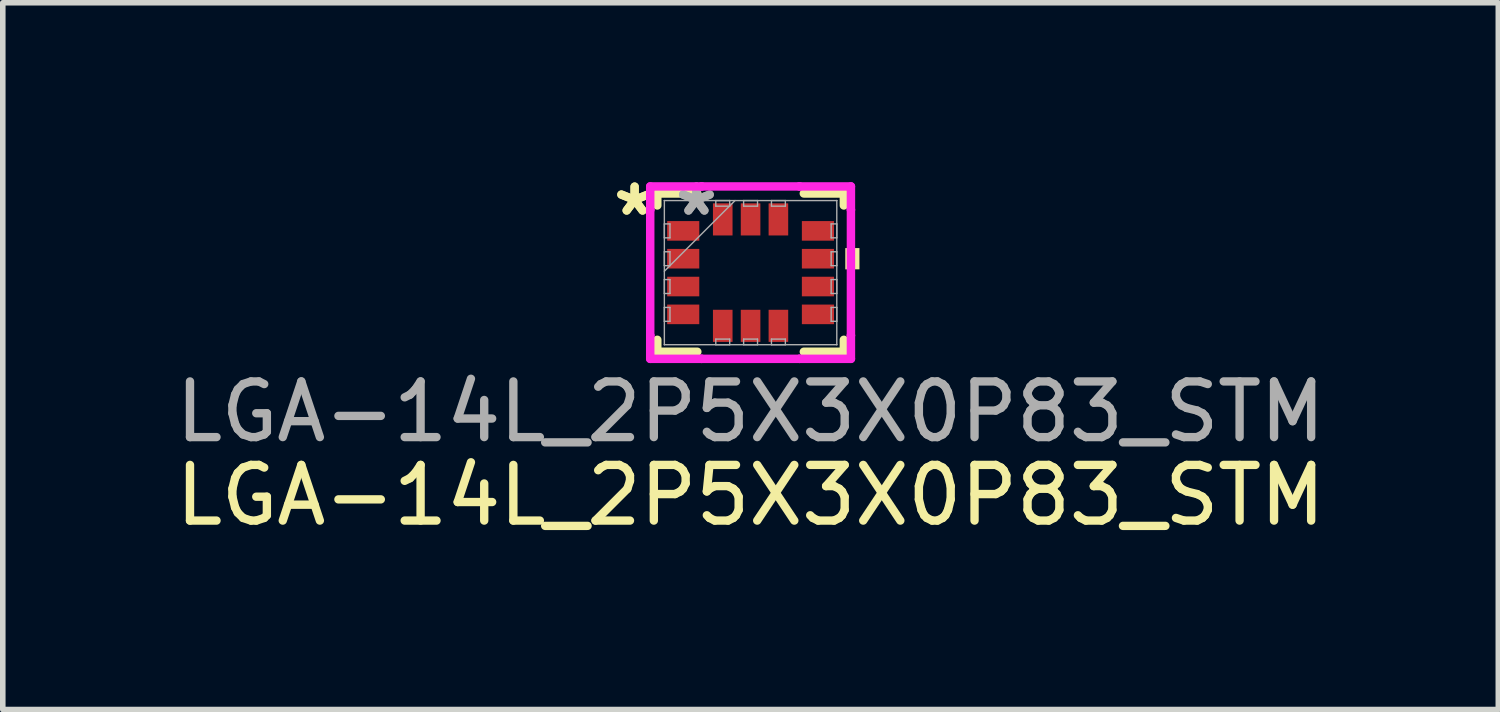
<source format=kicad_pcb>
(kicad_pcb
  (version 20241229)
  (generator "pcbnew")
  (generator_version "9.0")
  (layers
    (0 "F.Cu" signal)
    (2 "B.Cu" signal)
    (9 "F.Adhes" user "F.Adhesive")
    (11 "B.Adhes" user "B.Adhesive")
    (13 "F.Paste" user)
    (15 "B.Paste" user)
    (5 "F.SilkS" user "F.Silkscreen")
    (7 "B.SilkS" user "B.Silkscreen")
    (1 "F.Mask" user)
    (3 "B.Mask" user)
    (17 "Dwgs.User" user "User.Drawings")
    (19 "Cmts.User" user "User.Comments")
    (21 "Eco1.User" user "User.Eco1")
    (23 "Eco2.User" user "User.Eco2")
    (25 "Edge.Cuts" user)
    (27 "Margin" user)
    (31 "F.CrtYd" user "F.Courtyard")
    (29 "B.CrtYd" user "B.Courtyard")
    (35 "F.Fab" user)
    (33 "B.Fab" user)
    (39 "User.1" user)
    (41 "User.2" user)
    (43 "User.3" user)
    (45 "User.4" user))
  (footprint "LGA-14L_2P5X3X0P83_STM"
    (layer "F.Cu")
    (at 10.435 1.848)
    (property "Reference" "LGA-14L_2P5X3X0P83_STM" (at 0 4 0) (unlocked yes) (layer "F.SilkS") (effects (font (size 1 1) (thickness 0.15))))
    (attr smd)
    (fp_line (start -1.676 -1.422) (end -1.676 -1.207) (stroke (width 0.152) (type solid)) (layer "F.SilkS"))
    (fp_line (start -1.676 1.207) (end -1.676 1.422) (stroke (width 0.152) (type solid)) (layer "F.SilkS"))
    (fp_line (start -1.676 1.422) (end -0.957 1.422) (stroke (width 0.152) (type solid)) (layer "F.SilkS"))
    (fp_line (start -0.957 -1.422) (end -1.676 -1.422) (stroke (width 0.152) (type solid)) (layer "F.SilkS"))
    (fp_line (start 0.957 1.422) (end 1.676 1.422) (stroke (width 0.152) (type solid)) (layer "F.SilkS"))
    (fp_line (start 1.676 -1.422) (end 0.957 -1.422) (stroke (width 0.152) (type solid)) (layer "F.SilkS"))
    (fp_line (start 1.676 -1.207) (end 1.676 -1.422) (stroke (width 0.152) (type solid)) (layer "F.SilkS"))
    (fp_line (start 1.676 1.422) (end 1.676 1.207) (stroke (width 0.152) (type solid)) (layer "F.SilkS"))
    (fp_poly (pts (xy 1.956 -0.441) (xy 1.956 -0.059) (xy 1.702 -0.059) (xy 1.702 -0.441)) (stroke (width 0) (type solid)) (fill yes) (layer "F.SilkS"))
    (fp_line (start -1.803 -1.549) (end -0.879 -1.549) (stroke (width 0.152) (type solid)) (layer "F.CrtYd"))
    (fp_line (start -1.803 -1.129) (end -1.803 -1.549) (stroke (width 0.152) (type solid)) (layer "F.CrtYd"))
    (fp_line (start -1.803 -1.129) (end -1.803 -1.129) (stroke (width 0.152) (type solid)) (layer "F.CrtYd"))
    (fp_line (start -1.803 1.129) (end -1.803 -1.129) (stroke (width 0.152) (type solid)) (layer "F.CrtYd"))
    (fp_line (start -1.803 1.129) (end -1.803 1.129) (stroke (width 0.152) (type solid)) (layer "F.CrtYd"))
    (fp_line (start -1.803 1.549) (end -1.803 1.129) (stroke (width 0.152) (type solid)) (layer "F.CrtYd"))
    (fp_line (start -0.879 -1.549) (end -0.879 -1.549) (stroke (width 0.152) (type solid)) (layer "F.CrtYd"))
    (fp_line (start -0.879 -1.549) (end 0.879 -1.549) (stroke (width 0.152) (type solid)) (layer "F.CrtYd"))
    (fp_line (start -0.879 1.549) (end -1.803 1.549) (stroke (width 0.152) (type solid)) (layer "F.CrtYd"))
    (fp_line (start -0.879 1.549) (end -0.879 1.549) (stroke (width 0.152) (type solid)) (layer "F.CrtYd"))
    (fp_line (start 0.879 -1.549) (end 0.879 -1.549) (stroke (width 0.152) (type solid)) (layer "F.CrtYd"))
    (fp_line (start 0.879 -1.549) (end 1.803 -1.549) (stroke (width 0.152) (type solid)) (layer "F.CrtYd"))
    (fp_line (start 0.879 1.549) (end -0.879 1.549) (stroke (width 0.152) (type solid)) (layer "F.CrtYd"))
    (fp_line (start 0.879 1.549) (end 0.879 1.549) (stroke (width 0.152) (type solid)) (layer "F.CrtYd"))
    (fp_line (start 1.803 -1.549) (end 1.803 -1.129) (stroke (width 0.152) (type solid)) (layer "F.CrtYd"))
    (fp_line (start 1.803 -1.129) (end 1.803 -1.129) (stroke (width 0.152) (type solid)) (layer "F.CrtYd"))
    (fp_line (start 1.803 -1.129) (end 1.803 1.129) (stroke (width 0.152) (type solid)) (layer "F.CrtYd"))
    (fp_line (start 1.803 1.129) (end 1.803 1.129) (stroke (width 0.152) (type solid)) (layer "F.CrtYd"))
    (fp_line (start 1.803 1.129) (end 1.803 1.549) (stroke (width 0.152) (type solid)) (layer "F.CrtYd"))
    (fp_line (start 1.803 1.549) (end 0.879 1.549) (stroke (width 0.152) (type solid)) (layer "F.CrtYd"))
    (fp_line (start -1.549 -1.295) (end -1.549 -1.295) (stroke (width 0.025) (type solid)) (layer "F.Fab"))
    (fp_line (start -1.549 -1.295) (end -1.549 1.295) (stroke (width 0.025) (type solid)) (layer "F.Fab"))
    (fp_line (start -1.549 -0.875) (end -1.448 -0.875) (stroke (width 0.025) (type solid)) (layer "F.Fab"))
    (fp_line (start -1.549 -0.625) (end -1.549 -0.875) (stroke (width 0.025) (type solid)) (layer "F.Fab"))
    (fp_line (start -1.549 -0.375) (end -1.448 -0.375) (stroke (width 0.025) (type solid)) (layer "F.Fab"))
    (fp_line (start -1.549 -0.125) (end -1.549 -0.375) (stroke (width 0.025) (type solid)) (layer "F.Fab"))
    (fp_line (start -1.549 -0.025) (end -0.279 -1.295) (stroke (width 0.025) (type solid)) (layer "F.Fab"))
    (fp_line (start -1.549 0.125) (end -1.448 0.125) (stroke (width 0.025) (type solid)) (layer "F.Fab"))
    (fp_line (start -1.549 0.375) (end -1.549 0.125) (stroke (width 0.025) (type solid)) (layer "F.Fab"))
    (fp_line (start -1.549 0.625) (end -1.448 0.625) (stroke (width 0.025) (type solid)) (layer "F.Fab"))
    (fp_line (start -1.549 0.875) (end -1.549 0.625) (stroke (width 0.025) (type solid)) (layer "F.Fab"))
    (fp_line (start -1.549 1.295) (end -1.549 1.295) (stroke (width 0.025) (type solid)) (layer "F.Fab"))
    (fp_line (start -1.549 1.295) (end 1.549 1.295) (stroke (width 0.025) (type solid)) (layer "F.Fab"))
    (fp_line (start -1.448 -0.875) (end -1.448 -0.625) (stroke (width 0.025) (type solid)) (layer "F.Fab"))
    (fp_line (start -1.448 -0.625) (end -1.549 -0.625) (stroke (width 0.025) (type solid)) (layer "F.Fab"))
    (fp_line (start -1.448 -0.375) (end -1.448 -0.125) (stroke (width 0.025) (type solid)) (layer "F.Fab"))
    (fp_line (start -1.448 -0.125) (end -1.549 -0.125) (stroke (width 0.025) (type solid)) (layer "F.Fab"))
    (fp_line (start -1.448 0.125) (end -1.448 0.375) (stroke (width 0.025) (type solid)) (layer "F.Fab"))
    (fp_line (start -1.448 0.375) (end -1.549 0.375) (stroke (width 0.025) (type solid)) (layer "F.Fab"))
    (fp_line (start -1.448 0.625) (end -1.448 0.875) (stroke (width 0.025) (type solid)) (layer "F.Fab"))
    (fp_line (start -1.448 0.875) (end -1.549 0.875) (stroke (width 0.025) (type solid)) (layer "F.Fab"))
    (fp_line (start -0.625 -1.295) (end -0.375 -1.295) (stroke (width 0.025) (type solid)) (layer "F.Fab"))
    (fp_line (start -0.625 -1.194) (end -0.625 -1.295) (stroke (width 0.025) (type solid)) (layer "F.Fab"))
    (fp_line (start -0.625 1.194) (end -0.375 1.194) (stroke (width 0.025) (type solid)) (layer "F.Fab"))
    (fp_line (start -0.625 1.295) (end -0.625 1.194) (stroke (width 0.025) (type solid)) (layer "F.Fab"))
    (fp_line (start -0.375 -1.295) (end -0.375 -1.194) (stroke (width 0.025) (type solid)) (layer "F.Fab"))
    (fp_line (start -0.375 -1.194) (end -0.625 -1.194) (stroke (width 0.025) (type solid)) (layer "F.Fab"))
    (fp_line (start -0.375 1.194) (end -0.375 1.295) (stroke (width 0.025) (type solid)) (layer "F.Fab"))
    (fp_line (start -0.375 1.295) (end -0.625 1.295) (stroke (width 0.025) (type solid)) (layer "F.Fab"))
    (fp_line (start -0.125 -1.295) (end 0.125 -1.295) (stroke (width 0.025) (type solid)) (layer "F.Fab"))
    (fp_line (start -0.125 -1.194) (end -0.125 -1.295) (stroke (width 0.025) (type solid)) (layer "F.Fab"))
    (fp_line (start -0.125 1.194) (end 0.125 1.194) (stroke (width 0.025) (type solid)) (layer "F.Fab"))
    (fp_line (start -0.125 1.295) (end -0.125 1.194) (stroke (width 0.025) (type solid)) (layer "F.Fab"))
    (fp_line (start 0.125 -1.295) (end 0.125 -1.194) (stroke (width 0.025) (type solid)) (layer "F.Fab"))
    (fp_line (start 0.125 -1.194) (end -0.125 -1.194) (stroke (width 0.025) (type solid)) (layer "F.Fab"))
    (fp_line (start 0.125 1.194) (end 0.125 1.295) (stroke (width 0.025) (type solid)) (layer "F.Fab"))
    (fp_line (start 0.125 1.295) (end -0.125 1.295) (stroke (width 0.025) (type solid)) (layer "F.Fab"))
    (fp_line (start 0.375 -1.295) (end 0.625 -1.295) (stroke (width 0.025) (type solid)) (layer "F.Fab"))
    (fp_line (start 0.375 -1.194) (end 0.375 -1.295) (stroke (width 0.025) (type solid)) (layer "F.Fab"))
    (fp_line (start 0.375 1.194) (end 0.625 1.194) (stroke (width 0.025) (type solid)) (layer "F.Fab"))
    (fp_line (start 0.375 1.295) (end 0.375 1.194) (stroke (width 0.025) (type solid)) (layer "F.Fab"))
    (fp_line (start 0.625 -1.295) (end 0.625 -1.194) (stroke (width 0.025) (type solid)) (layer "F.Fab"))
    (fp_line (start 0.625 -1.194) (end 0.375 -1.194) (stroke (width 0.025) (type solid)) (layer "F.Fab"))
    (fp_line (start 0.625 1.194) (end 0.625 1.295) (stroke (width 0.025) (type solid)) (layer "F.Fab"))
    (fp_line (start 0.625 1.295) (end 0.375 1.295) (stroke (width 0.025) (type solid)) (layer "F.Fab"))
    (fp_line (start 1.448 -0.875) (end 1.549 -0.875) (stroke (width 0.025) (type solid)) (layer "F.Fab"))
    (fp_line (start 1.448 -0.625) (end 1.448 -0.875) (stroke (width 0.025) (type solid)) (layer "F.Fab"))
    (fp_line (start 1.448 -0.375) (end 1.549 -0.375) (stroke (width 0.025) (type solid)) (layer "F.Fab"))
    (fp_line (start 1.448 -0.125) (end 1.448 -0.375) (stroke (width 0.025) (type solid)) (layer "F.Fab"))
    (fp_line (start 1.448 0.125) (end 1.549 0.125) (stroke (width 0.025) (type solid)) (layer "F.Fab"))
    (fp_line (start 1.448 0.375) (end 1.448 0.125) (stroke (width 0.025) (type solid)) (layer "F.Fab"))
    (fp_line (start 1.448 0.625) (end 1.549 0.625) (stroke (width 0.025) (type solid)) (layer "F.Fab"))
    (fp_line (start 1.448 0.875) (end 1.448 0.625) (stroke (width 0.025) (type solid)) (layer "F.Fab"))
    (fp_line (start 1.549 -1.295) (end -1.549 -1.295) (stroke (width 0.025) (type solid)) (layer "F.Fab"))
    (fp_line (start 1.549 -1.295) (end 1.549 -1.295) (stroke (width 0.025) (type solid)) (layer "F.Fab"))
    (fp_line (start 1.549 -0.875) (end 1.549 -0.625) (stroke (width 0.025) (type solid)) (layer "F.Fab"))
    (fp_line (start 1.549 -0.625) (end 1.448 -0.625) (stroke (width 0.025) (type solid)) (layer "F.Fab"))
    (fp_line (start 1.549 -0.375) (end 1.549 -0.125) (stroke (width 0.025) (type solid)) (layer "F.Fab"))
    (fp_line (start 1.549 -0.125) (end 1.448 -0.125) (stroke (width 0.025) (type solid)) (layer "F.Fab"))
    (fp_line (start 1.549 0.125) (end 1.549 0.375) (stroke (width 0.025) (type solid)) (layer "F.Fab"))
    (fp_line (start 1.549 0.375) (end 1.448 0.375) (stroke (width 0.025) (type solid)) (layer "F.Fab"))
    (fp_line (start 1.549 0.625) (end 1.549 0.875) (stroke (width 0.025) (type solid)) (layer "F.Fab"))
    (fp_line (start 1.549 0.875) (end 1.448 0.875) (stroke (width 0.025) (type solid)) (layer "F.Fab"))
    (fp_line (start 1.549 1.295) (end 1.549 -1.295) (stroke (width 0.025) (type solid)) (layer "F.Fab"))
    (fp_line (start 1.549 1.295) (end 1.549 1.295) (stroke (width 0.025) (type solid)) (layer "F.Fab"))
    (fp_text user "*" (at -2.083 -1 0) (layer "F.SilkS") (effects (font (size 1 1) (thickness 0.15))))
    (fp_text user "*" (at -2.083 -1 0) (unlocked yes) (layer "F.SilkS") (effects (font (size 1 1) (thickness 0.15))))
    (fp_text user "${REFERENCE}" (at 0 2.5 0) (unlocked yes) (layer "F.Fab") (effects (font (size 1 1) (thickness 0.15))))
    (fp_text user "*" (at -0.973 -1 0) (unlocked yes) (layer "F.Fab") (effects (font (size 1 1) (thickness 0.15))))
    (fp_text user "*" (at -0.973 -1 0) (layer "F.Fab") (effects (font (size 1 1) (thickness 0.15))))
    (pad "1" smd rect (at -1.21 -0.75 90) (size 0.352 0.577) (layers "F.Cu" "F.Mask" "F.Paste"))
    (pad "2" smd rect (at -1.21 -0.25 90) (size 0.352 0.577) (layers "F.Cu" "F.Mask" "F.Paste"))
    (pad "3" smd rect (at -1.21 0.25 90) (size 0.352 0.577) (layers "F.Cu" "F.Mask" "F.Paste"))
    (pad "4" smd rect (at -1.21 0.75 90) (size 0.352 0.577) (layers "F.Cu" "F.Mask" "F.Paste"))
    (pad "5" smd rect (at -0.5 0.956) (size 0.352 0.577) (layers "F.Cu" "F.Mask" "F.Paste"))
    (pad "6" smd rect (at 0 0.956) (size 0.352 0.577) (layers "F.Cu" "F.Mask" "F.Paste"))
    (pad "7" smd rect (at 0.5 0.956) (size 0.352 0.577) (layers "F.Cu" "F.Mask" "F.Paste"))
    (pad "8" smd rect (at 1.21 0.75 90) (size 0.352 0.577) (layers "F.Cu" "F.Mask" "F.Paste"))
    (pad "9" smd rect (at 1.21 0.25 90) (size 0.352 0.577) (layers "F.Cu" "F.Mask" "F.Paste"))
    (pad "10" smd rect (at 1.21 -0.25 90) (size 0.352 0.577) (layers "F.Cu" "F.Mask" "F.Paste"))
    (pad "11" smd rect (at 1.21 -0.75 90) (size 0.352 0.577) (layers "F.Cu" "F.Mask" "F.Paste"))
    (pad "12" smd rect (at 0.5 -0.956) (size 0.352 0.577) (layers "F.Cu" "F.Mask" "F.Paste"))
    (pad "13" smd rect (at 0 -0.956) (size 0.352 0.577) (layers "F.Cu" "F.Mask" "F.Paste"))
    (pad "14" smd rect (at -0.5 -0.956) (size 0.352 0.577) (layers "F.Cu" "F.Mask" "F.Paste")))
  (gr_rect
    (start -3 -3)
    (end 23.869 9.697)
    (stroke (width 0.1) (type default))
    (fill no)
    (layer "Edge.Cuts")))
</source>
